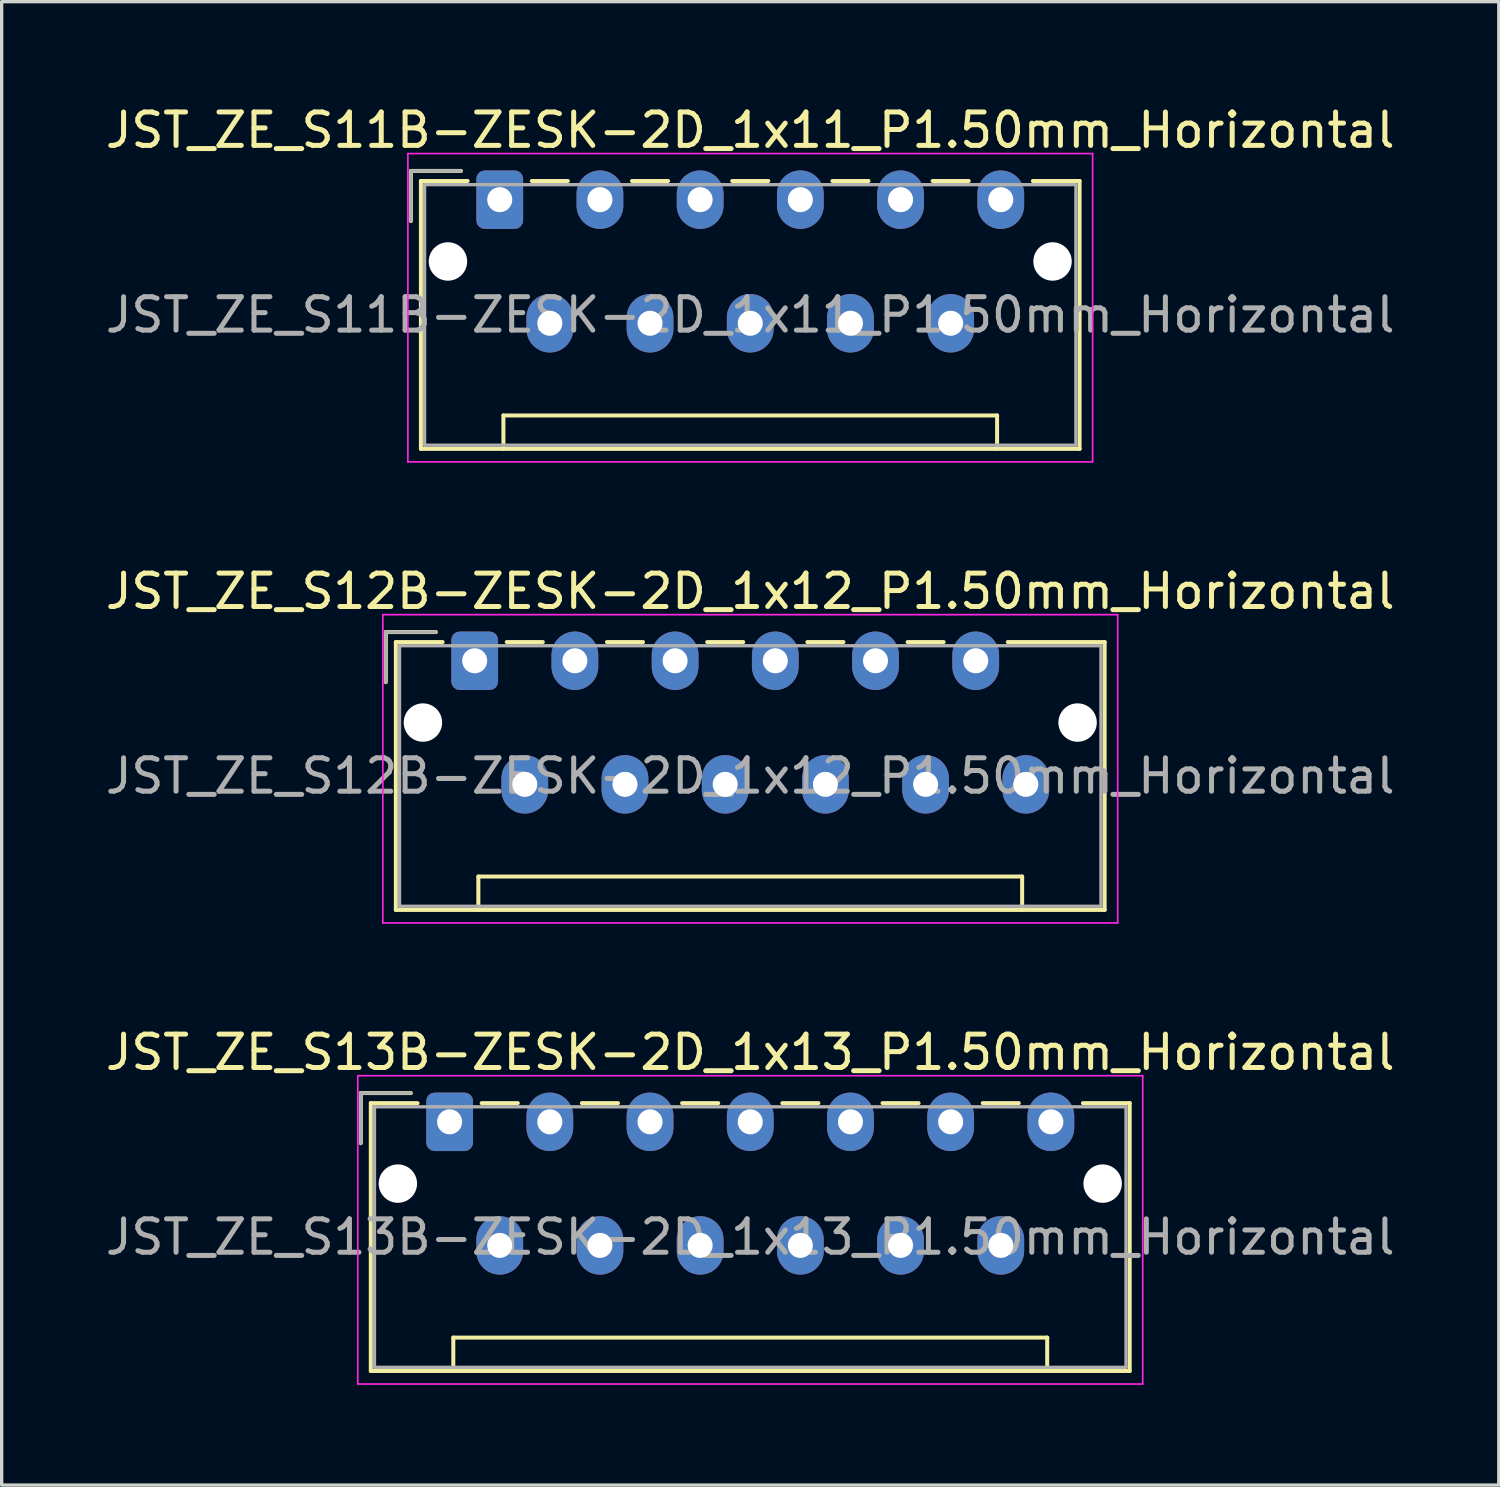
<source format=kicad_pcb>
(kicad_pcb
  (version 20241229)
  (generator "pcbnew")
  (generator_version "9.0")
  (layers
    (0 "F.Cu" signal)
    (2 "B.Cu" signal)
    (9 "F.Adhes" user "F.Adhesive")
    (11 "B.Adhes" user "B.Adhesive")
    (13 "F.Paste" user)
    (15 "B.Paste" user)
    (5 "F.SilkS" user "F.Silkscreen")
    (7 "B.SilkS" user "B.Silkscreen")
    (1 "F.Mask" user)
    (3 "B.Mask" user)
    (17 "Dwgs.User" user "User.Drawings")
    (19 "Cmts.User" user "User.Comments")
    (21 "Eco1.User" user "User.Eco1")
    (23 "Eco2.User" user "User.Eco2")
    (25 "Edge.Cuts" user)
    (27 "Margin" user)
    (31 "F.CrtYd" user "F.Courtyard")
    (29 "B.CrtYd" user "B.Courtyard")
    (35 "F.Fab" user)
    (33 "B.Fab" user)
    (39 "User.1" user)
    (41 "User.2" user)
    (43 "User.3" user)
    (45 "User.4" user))
  (footprint "JST_ZE_S13B-ZESK-2D_1x13_P1.50mm_Horizontal"
    (layer "F.Cu")
    (at 10.411 30.535)
    (property "Reference" "JST_ZE_S13B-ZESK-2D_1x13_P1.50mm_Horizontal" (at 9 -2.08 0) (layer "F.SilkS") (effects (font (size 1 1) (thickness 0.15))))
    (attr through_hole)
    (fp_line (start -2.66 -0.86) (end -1.16 -0.86) (stroke (width 0.12) (type solid)) (layer "F.SilkS"))
    (fp_line (start -2.66 0.64) (end -2.66 -0.86) (stroke (width 0.12) (type solid)) (layer "F.SilkS"))
    (fp_line (start -2.36 -0.56) (end -2.36 7.46) (stroke (width 0.12) (type solid)) (layer "F.SilkS"))
    (fp_line (start -2.36 7.46) (end 20.36 7.46) (stroke (width 0.12) (type solid)) (layer "F.SilkS"))
    (fp_line (start -0.96 -0.56) (end -2.36 -0.56) (stroke (width 0.12) (type solid)) (layer "F.SilkS"))
    (fp_line (start 0.11 6.46) (end 17.89 6.46) (stroke (width 0.12) (type solid)) (layer "F.SilkS"))
    (fp_line (start 0.11 7.46) (end 0.11 6.46) (stroke (width 0.12) (type solid)) (layer "F.SilkS"))
    (fp_line (start 0.96 -0.56) (end 2.04 -0.56) (stroke (width 0.12) (type solid)) (layer "F.SilkS"))
    (fp_line (start 3.96 -0.56) (end 5.04 -0.56) (stroke (width 0.12) (type solid)) (layer "F.SilkS"))
    (fp_line (start 6.96 -0.56) (end 8.04 -0.56) (stroke (width 0.12) (type solid)) (layer "F.SilkS"))
    (fp_line (start 9.96 -0.56) (end 11.04 -0.56) (stroke (width 0.12) (type solid)) (layer "F.SilkS"))
    (fp_line (start 12.96 -0.56) (end 14.04 -0.56) (stroke (width 0.12) (type solid)) (layer "F.SilkS"))
    (fp_line (start 15.96 -0.56) (end 17.04 -0.56) (stroke (width 0.12) (type solid)) (layer "F.SilkS"))
    (fp_line (start 17.89 6.46) (end 17.89 7.46) (stroke (width 0.12) (type solid)) (layer "F.SilkS"))
    (fp_line (start 20.36 -0.56) (end 18.96 -0.56) (stroke (width 0.12) (type solid)) (layer "F.SilkS"))
    (fp_line (start 20.36 7.46) (end 20.36 -0.56) (stroke (width 0.12) (type solid)) (layer "F.SilkS"))
    (fp_line (start -2.75 -1.38) (end -2.75 7.85) (stroke (width 0.05) (type solid)) (layer "F.CrtYd"))
    (fp_line (start -2.75 7.85) (end 20.75 7.85) (stroke (width 0.05) (type solid)) (layer "F.CrtYd"))
    (fp_line (start 20.75 -1.38) (end -2.75 -1.38) (stroke (width 0.05) (type solid)) (layer "F.CrtYd"))
    (fp_line (start 20.75 7.85) (end 20.75 -1.38) (stroke (width 0.05) (type solid)) (layer "F.CrtYd"))
    (fp_line (start -2.66 -0.86) (end -1.16 -0.86) (stroke (width 0.1) (type solid)) (layer "F.Fab"))
    (fp_line (start -2.66 0.64) (end -2.66 -0.86) (stroke (width 0.1) (type solid)) (layer "F.Fab"))
    (fp_line (start -2.25 -0.45) (end -2.25 7.35) (stroke (width 0.1) (type solid)) (layer "F.Fab"))
    (fp_line (start -2.25 7.35) (end 20.25 7.35) (stroke (width 0.1) (type solid)) (layer "F.Fab"))
    (fp_line (start 20.25 -0.45) (end -2.25 -0.45) (stroke (width 0.1) (type solid)) (layer "F.Fab"))
    (fp_line (start 20.25 7.35) (end 20.25 -0.45) (stroke (width 0.1) (type solid)) (layer "F.Fab"))
    (fp_text user "${REFERENCE}" (at 9 3.45 0) (layer "F.Fab") (effects (font (size 1 1) (thickness 0.15))))
    (pad "" np_thru_hole circle (at -1.55 1.85) (size 1.15 1.15) (drill 1.15) (layers "*.Cu" "*.Mask"))
    (pad "" np_thru_hole circle (at 19.55 1.85) (size 1.15 1.15) (drill 1.15) (layers "*.Cu" "*.Mask"))
    (pad "1" thru_hole roundrect (at 0 0) (size 1.4 1.75) (drill 0.75) (layers "*.Cu" "*.Mask") (roundrect_rratio 0.179))
    (pad "2" thru_hole oval (at 1.5 3.7) (size 1.4 1.75) (drill 0.75) (layers "*.Cu" "*.Mask"))
    (pad "3" thru_hole oval (at 3 0) (size 1.4 1.75) (drill 0.75) (layers "*.Cu" "*.Mask"))
    (pad "4" thru_hole oval (at 4.5 3.7) (size 1.4 1.75) (drill 0.75) (layers "*.Cu" "*.Mask"))
    (pad "5" thru_hole oval (at 6 0) (size 1.4 1.75) (drill 0.75) (layers "*.Cu" "*.Mask"))
    (pad "6" thru_hole oval (at 7.5 3.7) (size 1.4 1.75) (drill 0.75) (layers "*.Cu" "*.Mask"))
    (pad "7" thru_hole oval (at 9 0) (size 1.4 1.75) (drill 0.75) (layers "*.Cu" "*.Mask"))
    (pad "8" thru_hole oval (at 10.5 3.7) (size 1.4 1.75) (drill 0.75) (layers "*.Cu" "*.Mask"))
    (pad "9" thru_hole oval (at 12 0) (size 1.4 1.75) (drill 0.75) (layers "*.Cu" "*.Mask"))
    (pad "10" thru_hole oval (at 13.5 3.7) (size 1.4 1.75) (drill 0.75) (layers "*.Cu" "*.Mask"))
    (pad "11" thru_hole oval (at 15 0) (size 1.4 1.75) (drill 0.75) (layers "*.Cu" "*.Mask"))
    (pad "12" thru_hole oval (at 16.5 3.7) (size 1.4 1.75) (drill 0.75) (layers "*.Cu" "*.Mask"))
    (pad "13" thru_hole oval (at 18 0) (size 1.4 1.75) (drill 0.75) (layers "*.Cu" "*.Mask")))
  (footprint "JST_ZE_S11B-ZESK-2D_1x11_P1.50mm_Horizontal"
    (layer "F.Cu")
    (at 11.911 2.928)
    (property "Reference" "JST_ZE_S11B-ZESK-2D_1x11_P1.50mm_Horizontal" (at 7.5 -2.08 0) (layer "F.SilkS") (effects (font (size 1 1) (thickness 0.15))))
    (attr through_hole)
    (fp_line (start -2.66 -0.86) (end -1.16 -0.86) (stroke (width 0.12) (type solid)) (layer "F.SilkS"))
    (fp_line (start -2.66 0.64) (end -2.66 -0.86) (stroke (width 0.12) (type solid)) (layer "F.SilkS"))
    (fp_line (start -2.36 -0.56) (end -2.36 7.46) (stroke (width 0.12) (type solid)) (layer "F.SilkS"))
    (fp_line (start -2.36 7.46) (end 17.36 7.46) (stroke (width 0.12) (type solid)) (layer "F.SilkS"))
    (fp_line (start -0.96 -0.56) (end -2.36 -0.56) (stroke (width 0.12) (type solid)) (layer "F.SilkS"))
    (fp_line (start 0.11 6.46) (end 14.89 6.46) (stroke (width 0.12) (type solid)) (layer "F.SilkS"))
    (fp_line (start 0.11 7.46) (end 0.11 6.46) (stroke (width 0.12) (type solid)) (layer "F.SilkS"))
    (fp_line (start 0.96 -0.56) (end 2.04 -0.56) (stroke (width 0.12) (type solid)) (layer "F.SilkS"))
    (fp_line (start 3.96 -0.56) (end 5.04 -0.56) (stroke (width 0.12) (type solid)) (layer "F.SilkS"))
    (fp_line (start 6.96 -0.56) (end 8.04 -0.56) (stroke (width 0.12) (type solid)) (layer "F.SilkS"))
    (fp_line (start 9.96 -0.56) (end 11.04 -0.56) (stroke (width 0.12) (type solid)) (layer "F.SilkS"))
    (fp_line (start 12.96 -0.56) (end 14.04 -0.56) (stroke (width 0.12) (type solid)) (layer "F.SilkS"))
    (fp_line (start 14.89 6.46) (end 14.89 7.46) (stroke (width 0.12) (type solid)) (layer "F.SilkS"))
    (fp_line (start 17.36 -0.56) (end 15.96 -0.56) (stroke (width 0.12) (type solid)) (layer "F.SilkS"))
    (fp_line (start 17.36 7.46) (end 17.36 -0.56) (stroke (width 0.12) (type solid)) (layer "F.SilkS"))
    (fp_line (start -2.75 -1.38) (end -2.75 7.85) (stroke (width 0.05) (type solid)) (layer "F.CrtYd"))
    (fp_line (start -2.75 7.85) (end 17.75 7.85) (stroke (width 0.05) (type solid)) (layer "F.CrtYd"))
    (fp_line (start 17.75 -1.38) (end -2.75 -1.38) (stroke (width 0.05) (type solid)) (layer "F.CrtYd"))
    (fp_line (start 17.75 7.85) (end 17.75 -1.38) (stroke (width 0.05) (type solid)) (layer "F.CrtYd"))
    (fp_line (start -2.66 -0.86) (end -1.16 -0.86) (stroke (width 0.1) (type solid)) (layer "F.Fab"))
    (fp_line (start -2.66 0.64) (end -2.66 -0.86) (stroke (width 0.1) (type solid)) (layer "F.Fab"))
    (fp_line (start -2.25 -0.45) (end -2.25 7.35) (stroke (width 0.1) (type solid)) (layer "F.Fab"))
    (fp_line (start -2.25 7.35) (end 17.25 7.35) (stroke (width 0.1) (type solid)) (layer "F.Fab"))
    (fp_line (start 17.25 -0.45) (end -2.25 -0.45) (stroke (width 0.1) (type solid)) (layer "F.Fab"))
    (fp_line (start 17.25 7.35) (end 17.25 -0.45) (stroke (width 0.1) (type solid)) (layer "F.Fab"))
    (fp_text user "${REFERENCE}" (at 7.5 3.45 0) (layer "F.Fab") (effects (font (size 1 1) (thickness 0.15))))
    (pad "" np_thru_hole circle (at -1.55 1.85) (size 1.15 1.15) (drill 1.15) (layers "*.Cu" "*.Mask"))
    (pad "" np_thru_hole circle (at 16.55 1.85) (size 1.15 1.15) (drill 1.15) (layers "*.Cu" "*.Mask"))
    (pad "1" thru_hole roundrect (at 0 0) (size 1.4 1.75) (drill 0.75) (layers "*.Cu" "*.Mask") (roundrect_rratio 0.179))
    (pad "2" thru_hole oval (at 1.5 3.7) (size 1.4 1.75) (drill 0.75) (layers "*.Cu" "*.Mask"))
    (pad "3" thru_hole oval (at 3 0) (size 1.4 1.75) (drill 0.75) (layers "*.Cu" "*.Mask"))
    (pad "4" thru_hole oval (at 4.5 3.7) (size 1.4 1.75) (drill 0.75) (layers "*.Cu" "*.Mask"))
    (pad "5" thru_hole oval (at 6 0) (size 1.4 1.75) (drill 0.75) (layers "*.Cu" "*.Mask"))
    (pad "6" thru_hole oval (at 7.5 3.7) (size 1.4 1.75) (drill 0.75) (layers "*.Cu" "*.Mask"))
    (pad "7" thru_hole oval (at 9 0) (size 1.4 1.75) (drill 0.75) (layers "*.Cu" "*.Mask"))
    (pad "8" thru_hole oval (at 10.5 3.7) (size 1.4 1.75) (drill 0.75) (layers "*.Cu" "*.Mask"))
    (pad "9" thru_hole oval (at 12 0) (size 1.4 1.75) (drill 0.75) (layers "*.Cu" "*.Mask"))
    (pad "10" thru_hole oval (at 13.5 3.7) (size 1.4 1.75) (drill 0.75) (layers "*.Cu" "*.Mask"))
    (pad "11" thru_hole oval (at 15 0) (size 1.4 1.75) (drill 0.75) (layers "*.Cu" "*.Mask")))
  (footprint "JST_ZE_S12B-ZESK-2D_1x12_P1.50mm_Horizontal"
    (layer "F.Cu")
    (at 11.161 16.732)
    (property "Reference" "JST_ZE_S12B-ZESK-2D_1x12_P1.50mm_Horizontal" (at 8.25 -2.08 0) (layer "F.SilkS") (effects (font (size 1 1) (thickness 0.15))))
    (attr through_hole)
    (fp_line (start -2.66 -0.86) (end -1.16 -0.86) (stroke (width 0.12) (type solid)) (layer "F.SilkS"))
    (fp_line (start -2.66 0.64) (end -2.66 -0.86) (stroke (width 0.12) (type solid)) (layer "F.SilkS"))
    (fp_line (start -2.36 -0.56) (end -2.36 7.46) (stroke (width 0.12) (type solid)) (layer "F.SilkS"))
    (fp_line (start -2.36 7.46) (end 18.86 7.46) (stroke (width 0.12) (type solid)) (layer "F.SilkS"))
    (fp_line (start -0.96 -0.56) (end -2.36 -0.56) (stroke (width 0.12) (type solid)) (layer "F.SilkS"))
    (fp_line (start 0.11 6.46) (end 16.39 6.46) (stroke (width 0.12) (type solid)) (layer "F.SilkS"))
    (fp_line (start 0.11 7.46) (end 0.11 6.46) (stroke (width 0.12) (type solid)) (layer "F.SilkS"))
    (fp_line (start 0.96 -0.56) (end 2.04 -0.56) (stroke (width 0.12) (type solid)) (layer "F.SilkS"))
    (fp_line (start 3.96 -0.56) (end 5.04 -0.56) (stroke (width 0.12) (type solid)) (layer "F.SilkS"))
    (fp_line (start 6.96 -0.56) (end 8.04 -0.56) (stroke (width 0.12) (type solid)) (layer "F.SilkS"))
    (fp_line (start 9.96 -0.56) (end 11.04 -0.56) (stroke (width 0.12) (type solid)) (layer "F.SilkS"))
    (fp_line (start 12.96 -0.56) (end 14.04 -0.56) (stroke (width 0.12) (type solid)) (layer "F.SilkS"))
    (fp_line (start 16.39 6.46) (end 16.39 7.46) (stroke (width 0.12) (type solid)) (layer "F.SilkS"))
    (fp_line (start 18.86 -0.56) (end 15.96 -0.56) (stroke (width 0.12) (type solid)) (layer "F.SilkS"))
    (fp_line (start 18.86 7.46) (end 18.86 -0.56) (stroke (width 0.12) (type solid)) (layer "F.SilkS"))
    (fp_line (start -2.75 -1.38) (end -2.75 7.85) (stroke (width 0.05) (type solid)) (layer "F.CrtYd"))
    (fp_line (start -2.75 7.85) (end 19.25 7.85) (stroke (width 0.05) (type solid)) (layer "F.CrtYd"))
    (fp_line (start 19.25 -1.38) (end -2.75 -1.38) (stroke (width 0.05) (type solid)) (layer "F.CrtYd"))
    (fp_line (start 19.25 7.85) (end 19.25 -1.38) (stroke (width 0.05) (type solid)) (layer "F.CrtYd"))
    (fp_line (start -2.66 -0.86) (end -1.16 -0.86) (stroke (width 0.1) (type solid)) (layer "F.Fab"))
    (fp_line (start -2.66 0.64) (end -2.66 -0.86) (stroke (width 0.1) (type solid)) (layer "F.Fab"))
    (fp_line (start -2.25 -0.45) (end -2.25 7.35) (stroke (width 0.1) (type solid)) (layer "F.Fab"))
    (fp_line (start -2.25 7.35) (end 18.75 7.35) (stroke (width 0.1) (type solid)) (layer "F.Fab"))
    (fp_line (start 18.75 -0.45) (end -2.25 -0.45) (stroke (width 0.1) (type solid)) (layer "F.Fab"))
    (fp_line (start 18.75 7.35) (end 18.75 -0.45) (stroke (width 0.1) (type solid)) (layer "F.Fab"))
    (fp_text user "${REFERENCE}" (at 8.25 3.45 0) (layer "F.Fab") (effects (font (size 1 1) (thickness 0.15))))
    (pad "" np_thru_hole circle (at -1.55 1.85) (size 1.15 1.15) (drill 1.15) (layers "*.Cu" "*.Mask"))
    (pad "" np_thru_hole circle (at 18.05 1.85) (size 1.15 1.15) (drill 1.15) (layers "*.Cu" "*.Mask"))
    (pad "1" thru_hole roundrect (at 0 0) (size 1.4 1.75) (drill 0.75) (layers "*.Cu" "*.Mask") (roundrect_rratio 0.179))
    (pad "2" thru_hole oval (at 1.5 3.7) (size 1.4 1.75) (drill 0.75) (layers "*.Cu" "*.Mask"))
    (pad "3" thru_hole oval (at 3 0) (size 1.4 1.75) (drill 0.75) (layers "*.Cu" "*.Mask"))
    (pad "4" thru_hole oval (at 4.5 3.7) (size 1.4 1.75) (drill 0.75) (layers "*.Cu" "*.Mask"))
    (pad "5" thru_hole oval (at 6 0) (size 1.4 1.75) (drill 0.75) (layers "*.Cu" "*.Mask"))
    (pad "6" thru_hole oval (at 7.5 3.7) (size 1.4 1.75) (drill 0.75) (layers "*.Cu" "*.Mask"))
    (pad "7" thru_hole oval (at 9 0) (size 1.4 1.75) (drill 0.75) (layers "*.Cu" "*.Mask"))
    (pad "8" thru_hole oval (at 10.5 3.7) (size 1.4 1.75) (drill 0.75) (layers "*.Cu" "*.Mask"))
    (pad "9" thru_hole oval (at 12 0) (size 1.4 1.75) (drill 0.75) (layers "*.Cu" "*.Mask"))
    (pad "10" thru_hole oval (at 13.5 3.7) (size 1.4 1.75) (drill 0.75) (layers "*.Cu" "*.Mask"))
    (pad "11" thru_hole oval (at 15 0) (size 1.4 1.75) (drill 0.75) (layers "*.Cu" "*.Mask"))
    (pad "12" thru_hole oval (at 16.5 3.7) (size 1.4 1.75) (drill 0.75) (layers "*.Cu" "*.Mask")))
  (gr_rect
    (start -3 -3)
    (end 41.821 41.41)
    (stroke (width 0.1) (type default))
    (fill no)
    (layer "Edge.Cuts")))
</source>
